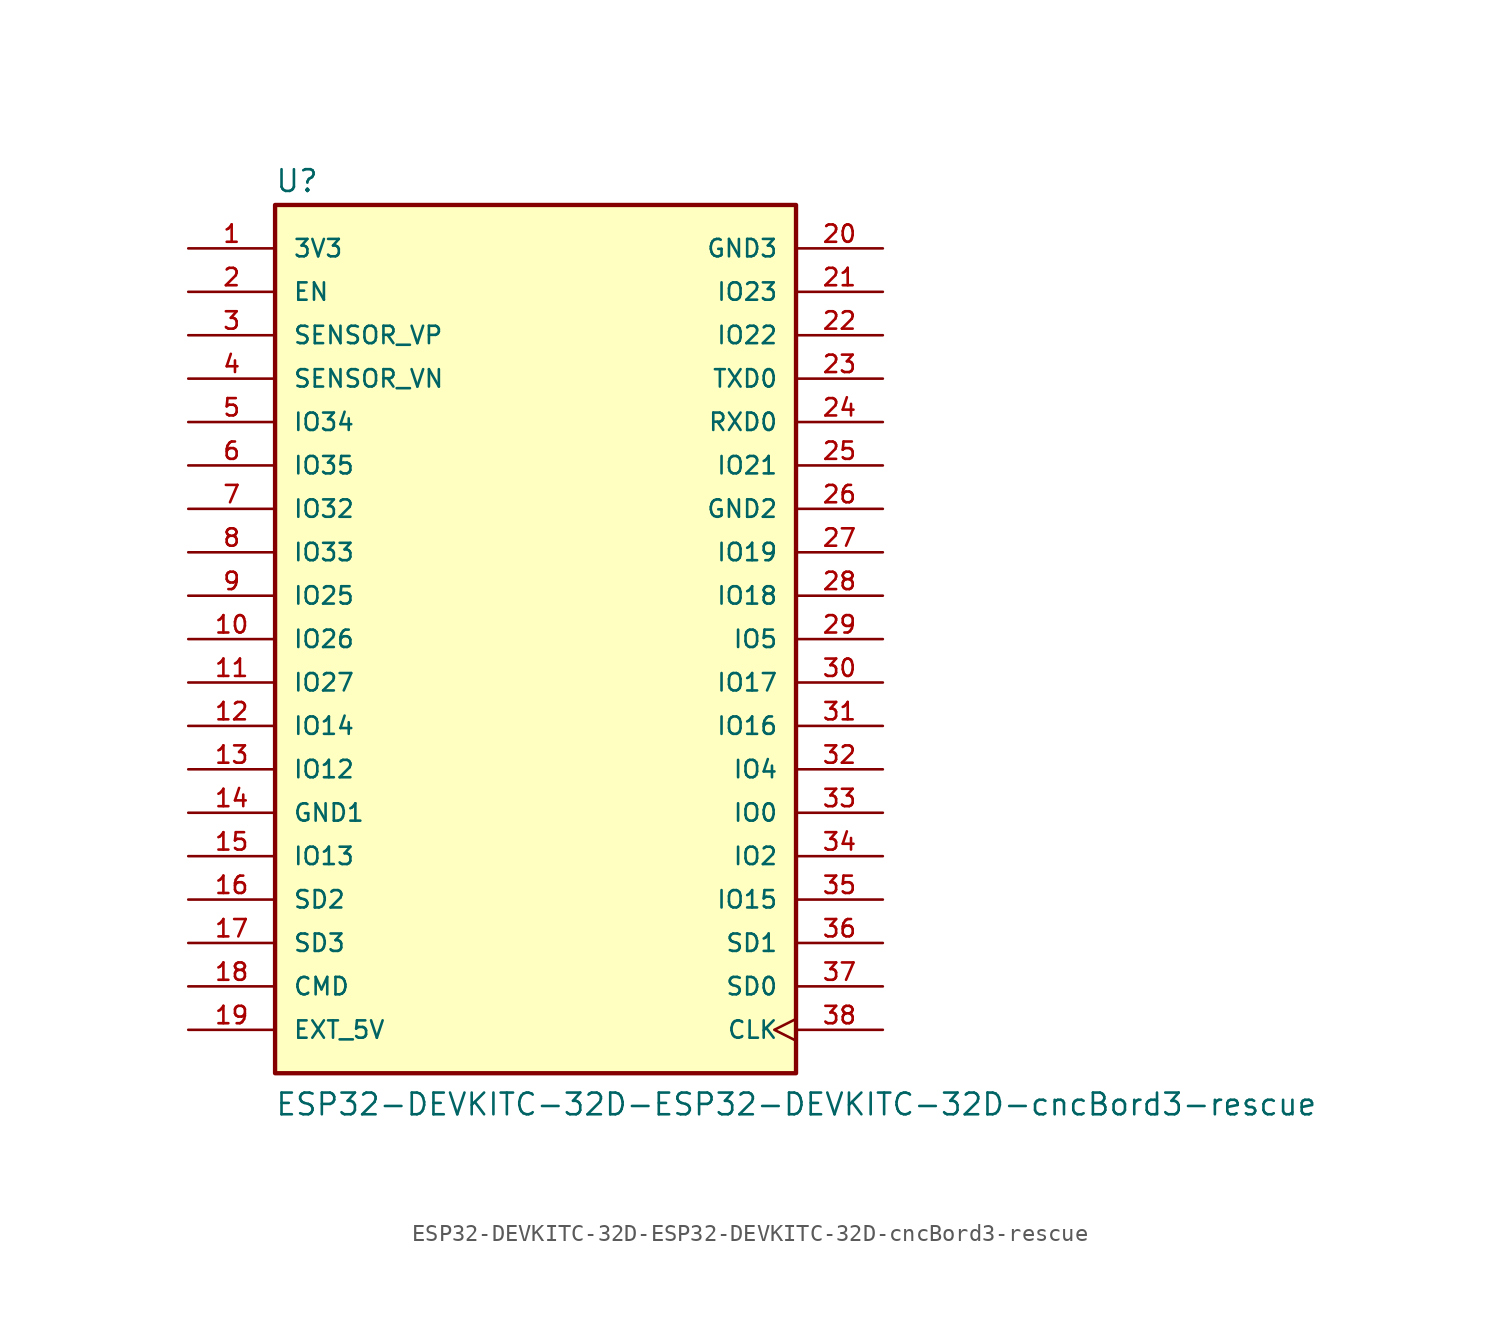
<source format=kicad_sym>
(kicad_symbol_lib
  (version 20211014)
  (generator kicad_symbol_editor)
  (symbol "ESP32-DEVKITC-32D-ESP32-DEVKITC-32D-cncBord3-rescue"
    (pin_names
      (offset 1.016))
    (property "Reference" "U"
      (at -15.265 26.06 0)
      (effects (font (size 1.27 1.27)) (justify left bottom)))
    (property "Value" "ESP32-DEVKITC-32D-ESP32-DEVKITC-32D-cncBord3-rescue"
      (at -15.265 -27.965 0)
      (effects (font (size 1.27 1.27)) (justify left bottom)))
    (property "ki_locked" ""
      (at 0 0 0)
      (effects (font (size 1.27 1.27))))
    (symbol "ESP32-DEVKITC-32D-ESP32-DEVKITC-32D-cncBord3-rescue_0_0"
      (rectangle (start -15.24 -25.4) (end 15.24 25.4) (stroke (width 0.254) (type default) (color 0 0 0 0)) (fill (type background)))
      (pin power_in line (at -20.32 22.86 0) (length 5.08) (name "3V3" (effects (font (size 1.016 1.016)))) (number "1" (effects (font (size 1.016 1.016)))))
      (pin bidirectional line (at -20.32 0 0) (length 5.08) (name "IO26" (effects (font (size 1.016 1.016)))) (number "10" (effects (font (size 1.016 1.016)))))
      (pin bidirectional line (at -20.32 -2.54 0) (length 5.08) (name "IO27" (effects (font (size 1.016 1.016)))) (number "11" (effects (font (size 1.016 1.016)))))
      (pin bidirectional line (at -20.32 -5.08 0) (length 5.08) (name "IO14" (effects (font (size 1.016 1.016)))) (number "12" (effects (font (size 1.016 1.016)))))
      (pin bidirectional line (at -20.32 -7.62 0) (length 5.08) (name "IO12" (effects (font (size 1.016 1.016)))) (number "13" (effects (font (size 1.016 1.016)))))
      (pin power_in line (at -20.32 -10.16 0) (length 5.08) (name "GND1" (effects (font (size 1.016 1.016)))) (number "14" (effects (font (size 1.016 1.016)))))
      (pin bidirectional line (at -20.32 -12.7 0) (length 5.08) (name "IO13" (effects (font (size 1.016 1.016)))) (number "15" (effects (font (size 1.016 1.016)))))
      (pin bidirectional line (at -20.32 -15.24 0) (length 5.08) (name "SD2" (effects (font (size 1.016 1.016)))) (number "16" (effects (font (size 1.016 1.016)))))
      (pin bidirectional line (at -20.32 -17.78 0) (length 5.08) (name "SD3" (effects (font (size 1.016 1.016)))) (number "17" (effects (font (size 1.016 1.016)))))
      (pin bidirectional line (at -20.32 -20.32 0) (length 5.08) (name "CMD" (effects (font (size 1.016 1.016)))) (number "18" (effects (font (size 1.016 1.016)))))
      (pin power_in line (at -20.32 -22.86 0) (length 5.08) (name "EXT_5V" (effects (font (size 1.016 1.016)))) (number "19" (effects (font (size 1.016 1.016)))))
      (pin input line (at -20.32 20.32 0) (length 5.08) (name "EN" (effects (font (size 1.016 1.016)))) (number "2" (effects (font (size 1.016 1.016)))))
      (pin power_in line (at 20.32 22.86 180) (length 5.08) (name "GND3" (effects (font (size 1.016 1.016)))) (number "20" (effects (font (size 1.016 1.016)))))
      (pin bidirectional line (at 20.32 20.32 180) (length 5.08) (name "IO23" (effects (font (size 1.016 1.016)))) (number "21" (effects (font (size 1.016 1.016)))))
      (pin bidirectional line (at 20.32 17.78 180) (length 5.08) (name "IO22" (effects (font (size 1.016 1.016)))) (number "22" (effects (font (size 1.016 1.016)))))
      (pin output line (at 20.32 15.24 180) (length 5.08) (name "TXD0" (effects (font (size 1.016 1.016)))) (number "23" (effects (font (size 1.016 1.016)))))
      (pin input line (at 20.32 12.7 180) (length 5.08) (name "RXD0" (effects (font (size 1.016 1.016)))) (number "24" (effects (font (size 1.016 1.016)))))
      (pin bidirectional line (at 20.32 10.16 180) (length 5.08) (name "IO21" (effects (font (size 1.016 1.016)))) (number "25" (effects (font (size 1.016 1.016)))))
      (pin power_in line (at 20.32 7.62 180) (length 5.08) (name "GND2" (effects (font (size 1.016 1.016)))) (number "26" (effects (font (size 1.016 1.016)))))
      (pin bidirectional line (at 20.32 5.08 180) (length 5.08) (name "IO19" (effects (font (size 1.016 1.016)))) (number "27" (effects (font (size 1.016 1.016)))))
      (pin bidirectional line (at 20.32 2.54 180) (length 5.08) (name "IO18" (effects (font (size 1.016 1.016)))) (number "28" (effects (font (size 1.016 1.016)))))
      (pin bidirectional line (at 20.32 0 180) (length 5.08) (name "IO5" (effects (font (size 1.016 1.016)))) (number "29" (effects (font (size 1.016 1.016)))))
      (pin input line (at -20.32 17.78 0) (length 5.08) (name "SENSOR_VP" (effects (font (size 1.016 1.016)))) (number "3" (effects (font (size 1.016 1.016)))))
      (pin bidirectional line (at 20.32 -2.54 180) (length 5.08) (name "IO17" (effects (font (size 1.016 1.016)))) (number "30" (effects (font (size 1.016 1.016)))))
      (pin bidirectional line (at 20.32 -5.08 180) (length 5.08) (name "IO16" (effects (font (size 1.016 1.016)))) (number "31" (effects (font (size 1.016 1.016)))))
      (pin bidirectional line (at 20.32 -7.62 180) (length 5.08) (name "IO4" (effects (font (size 1.016 1.016)))) (number "32" (effects (font (size 1.016 1.016)))))
      (pin bidirectional line (at 20.32 -10.16 180) (length 5.08) (name "IO0" (effects (font (size 1.016 1.016)))) (number "33" (effects (font (size 1.016 1.016)))))
      (pin bidirectional line (at 20.32 -12.7 180) (length 5.08) (name "IO2" (effects (font (size 1.016 1.016)))) (number "34" (effects (font (size 1.016 1.016)))))
      (pin bidirectional line (at 20.32 -15.24 180) (length 5.08) (name "IO15" (effects (font (size 1.016 1.016)))) (number "35" (effects (font (size 1.016 1.016)))))
      (pin bidirectional line (at 20.32 -17.78 180) (length 5.08) (name "SD1" (effects (font (size 1.016 1.016)))) (number "36" (effects (font (size 1.016 1.016)))))
      (pin bidirectional line (at 20.32 -20.32 180) (length 5.08) (name "SD0" (effects (font (size 1.016 1.016)))) (number "37" (effects (font (size 1.016 1.016)))))
      (pin input clock (at 20.32 -22.86 180) (length 5.08) (name "CLK" (effects (font (size 1.016 1.016)))) (number "38" (effects (font (size 1.016 1.016)))))
      (pin input line (at -20.32 15.24 0) (length 5.08) (name "SENSOR_VN" (effects (font (size 1.016 1.016)))) (number "4" (effects (font (size 1.016 1.016)))))
      (pin bidirectional line (at -20.32 12.7 0) (length 5.08) (name "IO34" (effects (font (size 1.016 1.016)))) (number "5" (effects (font (size 1.016 1.016)))))
      (pin bidirectional line (at -20.32 10.16 0) (length 5.08) (name "IO35" (effects (font (size 1.016 1.016)))) (number "6" (effects (font (size 1.016 1.016)))))
      (pin bidirectional line (at -20.32 7.62 0) (length 5.08) (name "IO32" (effects (font (size 1.016 1.016)))) (number "7" (effects (font (size 1.016 1.016)))))
      (pin bidirectional line (at -20.32 5.08 0) (length 5.08) (name "IO33" (effects (font (size 1.016 1.016)))) (number "8" (effects (font (size 1.016 1.016)))))
      (pin bidirectional line (at -20.32 2.54 0) (length 5.08) (name "IO25" (effects (font (size 1.016 1.016)))) (number "9" (effects (font (size 1.016 1.016))))))))
</source>
